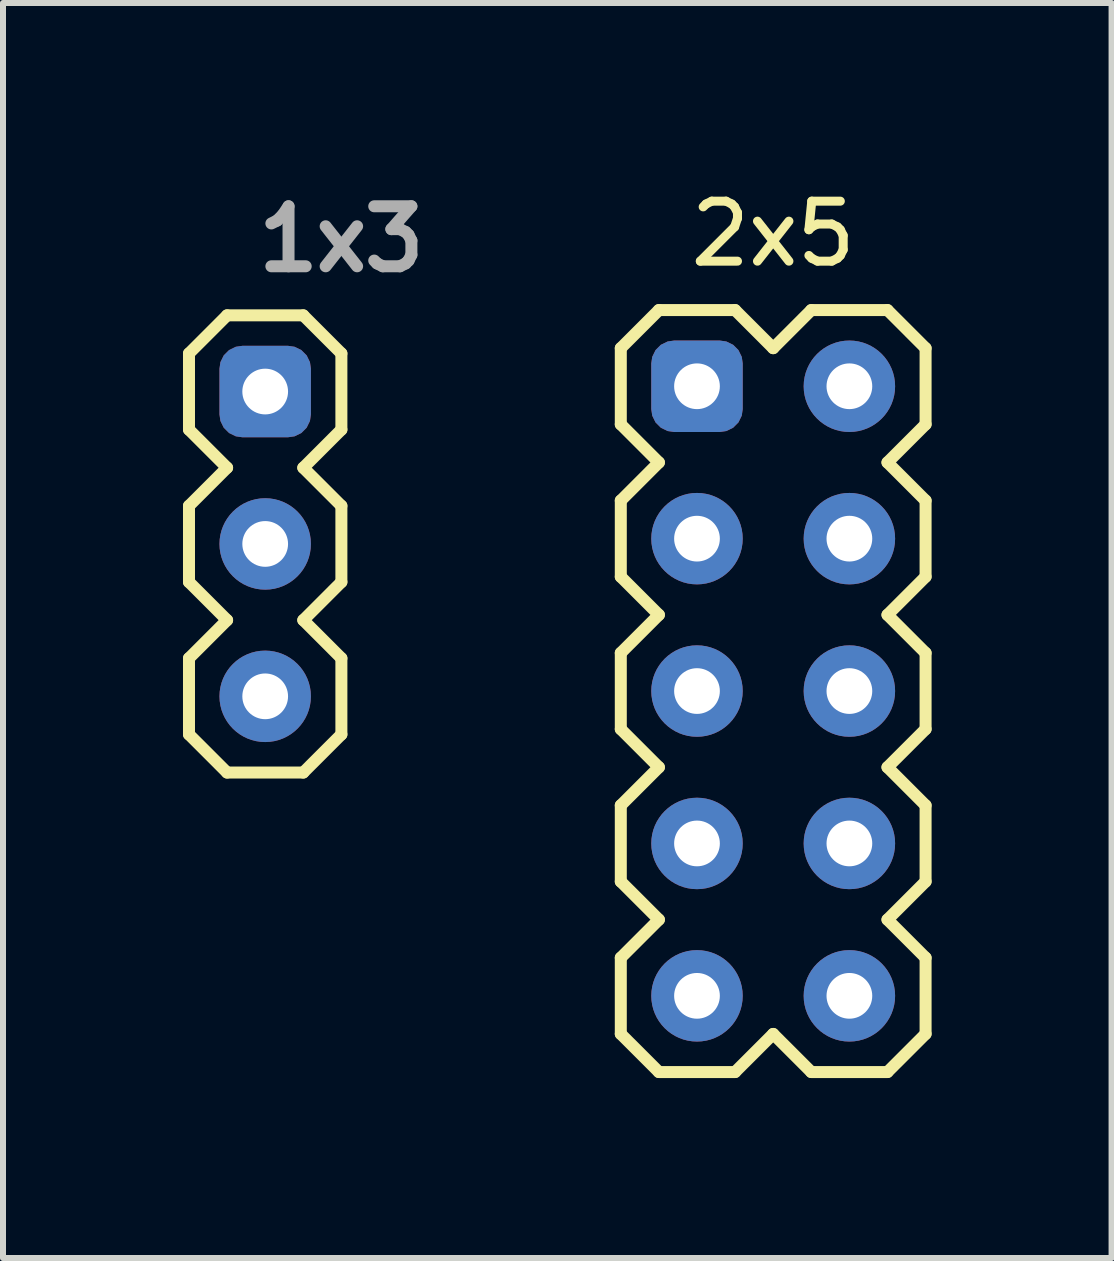
<source format=kicad_pcb>
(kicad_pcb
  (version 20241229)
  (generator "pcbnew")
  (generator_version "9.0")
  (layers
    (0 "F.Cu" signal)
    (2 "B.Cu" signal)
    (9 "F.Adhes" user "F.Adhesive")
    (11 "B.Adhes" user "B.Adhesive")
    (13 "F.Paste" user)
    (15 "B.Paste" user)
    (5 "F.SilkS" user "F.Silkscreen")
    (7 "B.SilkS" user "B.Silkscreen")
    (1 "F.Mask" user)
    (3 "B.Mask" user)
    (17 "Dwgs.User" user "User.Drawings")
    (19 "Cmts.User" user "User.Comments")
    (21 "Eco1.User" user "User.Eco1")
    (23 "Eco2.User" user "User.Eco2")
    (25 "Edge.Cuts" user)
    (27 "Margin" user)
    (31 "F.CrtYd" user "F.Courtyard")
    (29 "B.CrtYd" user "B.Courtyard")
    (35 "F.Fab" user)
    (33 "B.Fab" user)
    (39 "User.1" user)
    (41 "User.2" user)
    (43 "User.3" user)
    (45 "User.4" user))
  (footprint "2x5"
    (layer "F.Cu")
    (at 8.567 3.388)
    (property "Reference" "2x5" (at 1.27 -2.54 0) (layer "F.SilkS") (effects (font (size 1 1) (thickness 0.15))))
    (attr through_hole)
    (fp_line (start -1.27 -0.635) (end -1.27 0.635) (stroke (width 0.2) (type solid)) (layer "F.SilkS"))
    (fp_line (start -1.27 0.635) (end -0.635 1.27) (stroke (width 0.2) (type solid)) (layer "F.SilkS"))
    (fp_line (start -1.27 1.905) (end -1.27 3.175) (stroke (width 0.2) (type solid)) (layer "F.SilkS"))
    (fp_line (start -1.27 3.175) (end -0.635 3.81) (stroke (width 0.2) (type solid)) (layer "F.SilkS"))
    (fp_line (start -1.27 4.445) (end -1.27 5.715) (stroke (width 0.2) (type solid)) (layer "F.SilkS"))
    (fp_line (start -1.27 5.715) (end -0.635 6.35) (stroke (width 0.2) (type solid)) (layer "F.SilkS"))
    (fp_line (start -1.27 6.985) (end -1.27 8.255) (stroke (width 0.2) (type solid)) (layer "F.SilkS"))
    (fp_line (start -1.27 8.255) (end -0.635 8.89) (stroke (width 0.2) (type solid)) (layer "F.SilkS"))
    (fp_line (start -1.27 9.525) (end -1.27 10.795) (stroke (width 0.2) (type solid)) (layer "F.SilkS"))
    (fp_line (start -1.27 10.795) (end -0.635 11.43) (stroke (width 0.2) (type solid)) (layer "F.SilkS"))
    (fp_line (start -0.635 -1.27) (end -1.27 -0.635) (stroke (width 0.2) (type solid)) (layer "F.SilkS"))
    (fp_line (start -0.635 1.27) (end -1.27 1.905) (stroke (width 0.2) (type solid)) (layer "F.SilkS"))
    (fp_line (start -0.635 3.81) (end -1.27 4.445) (stroke (width 0.2) (type solid)) (layer "F.SilkS"))
    (fp_line (start -0.635 6.35) (end -1.27 6.985) (stroke (width 0.2) (type solid)) (layer "F.SilkS"))
    (fp_line (start -0.635 8.89) (end -1.27 9.525) (stroke (width 0.2) (type solid)) (layer "F.SilkS"))
    (fp_line (start -0.635 11.43) (end 0.635 11.43) (stroke (width 0.2) (type solid)) (layer "F.SilkS"))
    (fp_line (start 0.635 -1.27) (end -0.635 -1.27) (stroke (width 0.2) (type solid)) (layer "F.SilkS"))
    (fp_line (start 0.635 11.43) (end 1.27 10.795) (stroke (width 0.2) (type solid)) (layer "F.SilkS"))
    (fp_line (start 1.27 -0.635) (end 0.635 -1.27) (stroke (width 0.2) (type solid)) (layer "F.SilkS"))
    (fp_line (start 1.27 10.795) (end 1.905 11.43) (stroke (width 0.2) (type solid)) (layer "F.SilkS"))
    (fp_line (start 1.905 -1.27) (end 1.27 -0.635) (stroke (width 0.2) (type solid)) (layer "F.SilkS"))
    (fp_line (start 1.905 11.43) (end 3.175 11.43) (stroke (width 0.2) (type solid)) (layer "F.SilkS"))
    (fp_line (start 3.175 -1.27) (end 1.905 -1.27) (stroke (width 0.2) (type solid)) (layer "F.SilkS"))
    (fp_line (start 3.175 1.27) (end 3.81 0.635) (stroke (width 0.2) (type solid)) (layer "F.SilkS"))
    (fp_line (start 3.175 3.81) (end 3.81 3.175) (stroke (width 0.2) (type solid)) (layer "F.SilkS"))
    (fp_line (start 3.175 6.35) (end 3.81 5.715) (stroke (width 0.2) (type solid)) (layer "F.SilkS"))
    (fp_line (start 3.175 8.89) (end 3.81 8.255) (stroke (width 0.2) (type solid)) (layer "F.SilkS"))
    (fp_line (start 3.175 11.43) (end 3.81 10.795) (stroke (width 0.2) (type solid)) (layer "F.SilkS"))
    (fp_line (start 3.81 -0.635) (end 3.175 -1.27) (stroke (width 0.2) (type solid)) (layer "F.SilkS"))
    (fp_line (start 3.81 0.635) (end 3.81 -0.635) (stroke (width 0.2) (type solid)) (layer "F.SilkS"))
    (fp_line (start 3.81 1.905) (end 3.175 1.27) (stroke (width 0.2) (type solid)) (layer "F.SilkS"))
    (fp_line (start 3.81 3.175) (end 3.81 1.905) (stroke (width 0.2) (type solid)) (layer "F.SilkS"))
    (fp_line (start 3.81 4.445) (end 3.175 3.81) (stroke (width 0.2) (type solid)) (layer "F.SilkS"))
    (fp_line (start 3.81 5.715) (end 3.81 4.445) (stroke (width 0.2) (type solid)) (layer "F.SilkS"))
    (fp_line (start 3.81 6.985) (end 3.175 6.35) (stroke (width 0.2) (type solid)) (layer "F.SilkS"))
    (fp_line (start 3.81 8.255) (end 3.81 6.985) (stroke (width 0.2) (type solid)) (layer "F.SilkS"))
    (fp_line (start 3.81 9.525) (end 3.175 8.89) (stroke (width 0.2) (type solid)) (layer "F.SilkS"))
    (fp_line (start 3.81 10.795) (end 3.81 9.525) (stroke (width 0.2) (type solid)) (layer "F.SilkS"))
    (pad "1" thru_hole roundrect (at 0 0) (size 1.524 1.524) (drill 0.762) (layers "*.Cu" "*.Mask") (roundrect_rratio 0.25))
    (pad "2" thru_hole circle (at 2.54 0) (size 1.524 1.524) (drill 0.762) (layers "*.Cu" "*.Mask"))
    (pad "3" thru_hole circle (at 0 2.54) (size 1.524 1.524) (drill 0.762) (layers "*.Cu" "*.Mask"))
    (pad "4" thru_hole circle (at 2.54 2.54) (size 1.524 1.524) (drill 0.762) (layers "*.Cu" "*.Mask"))
    (pad "5" thru_hole circle (at 0 5.08) (size 1.524 1.524) (drill 0.762) (layers "*.Cu" "*.Mask"))
    (pad "6" thru_hole circle (at 2.54 5.08) (size 1.524 1.524) (drill 0.762) (layers "*.Cu" "*.Mask"))
    (pad "7" thru_hole circle (at 0 7.62) (size 1.524 1.524) (drill 0.762) (layers "*.Cu" "*.Mask"))
    (pad "8" thru_hole circle (at 2.54 7.62) (size 1.524 1.524) (drill 0.762) (layers "*.Cu" "*.Mask"))
    (pad "9" thru_hole circle (at 0 10.16) (size 1.524 1.524) (drill 0.762) (layers "*.Cu" "*.Mask"))
    (pad "10" thru_hole circle (at 2.54 10.16) (size 1.524 1.524) (drill 0.762) (layers "*.Cu" "*.Mask")))
  (footprint "1x3"
    (layer "F.Cu")
    (at 1.37 6.016)
    (property "Reference" "1x3" (at 1.27 -5.08 0) (layer "F.Fab") (effects (font (size 1 1) (thickness 0.2) (bold yes))))
    (attr through_hole)
    (fp_line (start -1.27 -3.175) (end -1.27 -1.905) (stroke (width 0.2) (type solid)) (layer "F.SilkS"))
    (fp_line (start -1.27 -1.905) (end -0.635 -1.27) (stroke (width 0.2) (type solid)) (layer "F.SilkS"))
    (fp_line (start -1.27 -0.635) (end -1.27 0.635) (stroke (width 0.2) (type solid)) (layer "F.SilkS"))
    (fp_line (start -1.27 0.635) (end -0.635 1.27) (stroke (width 0.2) (type solid)) (layer "F.SilkS"))
    (fp_line (start -1.27 1.905) (end -1.27 3.175) (stroke (width 0.2) (type solid)) (layer "F.SilkS"))
    (fp_line (start -1.27 3.175) (end -0.635 3.81) (stroke (width 0.2) (type solid)) (layer "F.SilkS"))
    (fp_line (start -0.635 -3.81) (end -1.27 -3.175) (stroke (width 0.2) (type solid)) (layer "F.SilkS"))
    (fp_line (start -0.635 -1.27) (end -1.27 -0.635) (stroke (width 0.2) (type solid)) (layer "F.SilkS"))
    (fp_line (start -0.635 1.27) (end -1.27 1.905) (stroke (width 0.2) (type solid)) (layer "F.SilkS"))
    (fp_line (start -0.635 3.81) (end 0.635 3.81) (stroke (width 0.2) (type solid)) (layer "F.SilkS"))
    (fp_line (start 0.635 -3.81) (end -0.635 -3.81) (stroke (width 0.2) (type solid)) (layer "F.SilkS"))
    (fp_line (start 0.635 -1.27) (end 1.27 -1.905) (stroke (width 0.2) (type solid)) (layer "F.SilkS"))
    (fp_line (start 0.635 1.27) (end 1.27 0.635) (stroke (width 0.2) (type solid)) (layer "F.SilkS"))
    (fp_line (start 0.635 3.81) (end 1.27 3.175) (stroke (width 0.2) (type solid)) (layer "F.SilkS"))
    (fp_line (start 1.27 -3.175) (end 0.635 -3.81) (stroke (width 0.2) (type solid)) (layer "F.SilkS"))
    (fp_line (start 1.27 -1.905) (end 1.27 -3.175) (stroke (width 0.2) (type solid)) (layer "F.SilkS"))
    (fp_line (start 1.27 -0.635) (end 0.635 -1.27) (stroke (width 0.2) (type solid)) (layer "F.SilkS"))
    (fp_line (start 1.27 0.635) (end 1.27 -0.635) (stroke (width 0.2) (type solid)) (layer "F.SilkS"))
    (fp_line (start 1.27 1.905) (end 0.635 1.27) (stroke (width 0.2) (type solid)) (layer "F.SilkS"))
    (fp_line (start 1.27 3.175) (end 1.27 1.905) (stroke (width 0.2) (type solid)) (layer "F.SilkS"))
    (pad "1" thru_hole roundrect (at 0 -2.54) (size 1.524 1.524) (drill 0.762) (layers "*.Cu" "*.Mask") (roundrect_rratio 0.25))
    (pad "2" thru_hole circle (at 0 0) (size 1.524 1.524) (drill 0.762) (layers "*.Cu" "*.Mask"))
    (pad "3" thru_hole circle (at 0 2.54) (size 1.524 1.524) (drill 0.762) (layers "*.Cu" "*.Mask")))
  (gr_rect
    (start -3 -3)
    (end 15.477 17.918)
    (stroke (width 0.1) (type default))
    (fill no)
    (layer "Edge.Cuts")))
</source>
